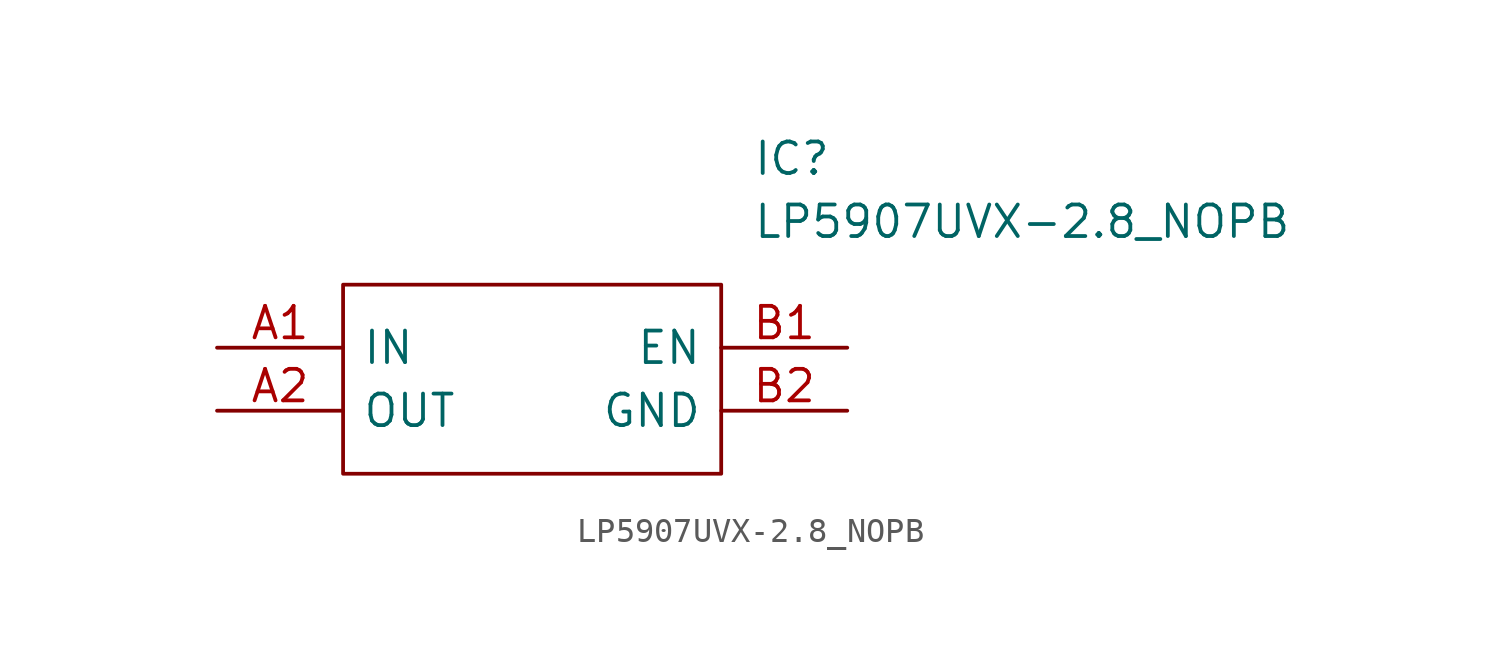
<source format=kicad_sym>
(kicad_symbol_lib
  (version 20211014)
  (generator kicad_symbol_editor)
  (symbol "LP5907UVX-2.8_NOPB"
    (pin_names
      (offset 0.762))
    (property "Reference" "IC"
      (at 21.59 7.62 0)
      (effects (font (size 1.27 1.27)) (justify left)))
    (property "Value" "LP5907UVX-2.8_NOPB"
      (at 21.59 5.08 0)
      (effects (font (size 1.27 1.27)) (justify left)))
    (symbol "LP5907UVX-2.8_NOPB_0_0"
      (pin passive line (at 0 0 0) (length 5.08) (name "IN" (effects (font (size 1.27 1.27)))) (number "A1" (effects (font (size 1.27 1.27)))))
      (pin passive line (at 0 -2.54 0) (length 5.08) (name "OUT" (effects (font (size 1.27 1.27)))) (number "A2" (effects (font (size 1.27 1.27)))))
      (pin passive line (at 25.4 0 180) (length 5.08) (name "EN" (effects (font (size 1.27 1.27)))) (number "B1" (effects (font (size 1.27 1.27)))))
      (pin passive line (at 25.4 -2.54 180) (length 5.08) (name "GND" (effects (font (size 1.27 1.27)))) (number "B2" (effects (font (size 1.27 1.27))))))
    (symbol "LP5907UVX-2.8_NOPB_0_1"
      (polyline (pts (xy 5.08 2.54) (xy 20.32 2.54) (xy 20.32 -5.08) (xy 5.08 -5.08) (xy 5.08 2.54)) (stroke (width 0.152) (type default) (color 0 0 0 0)) (fill (type none))))))
</source>
